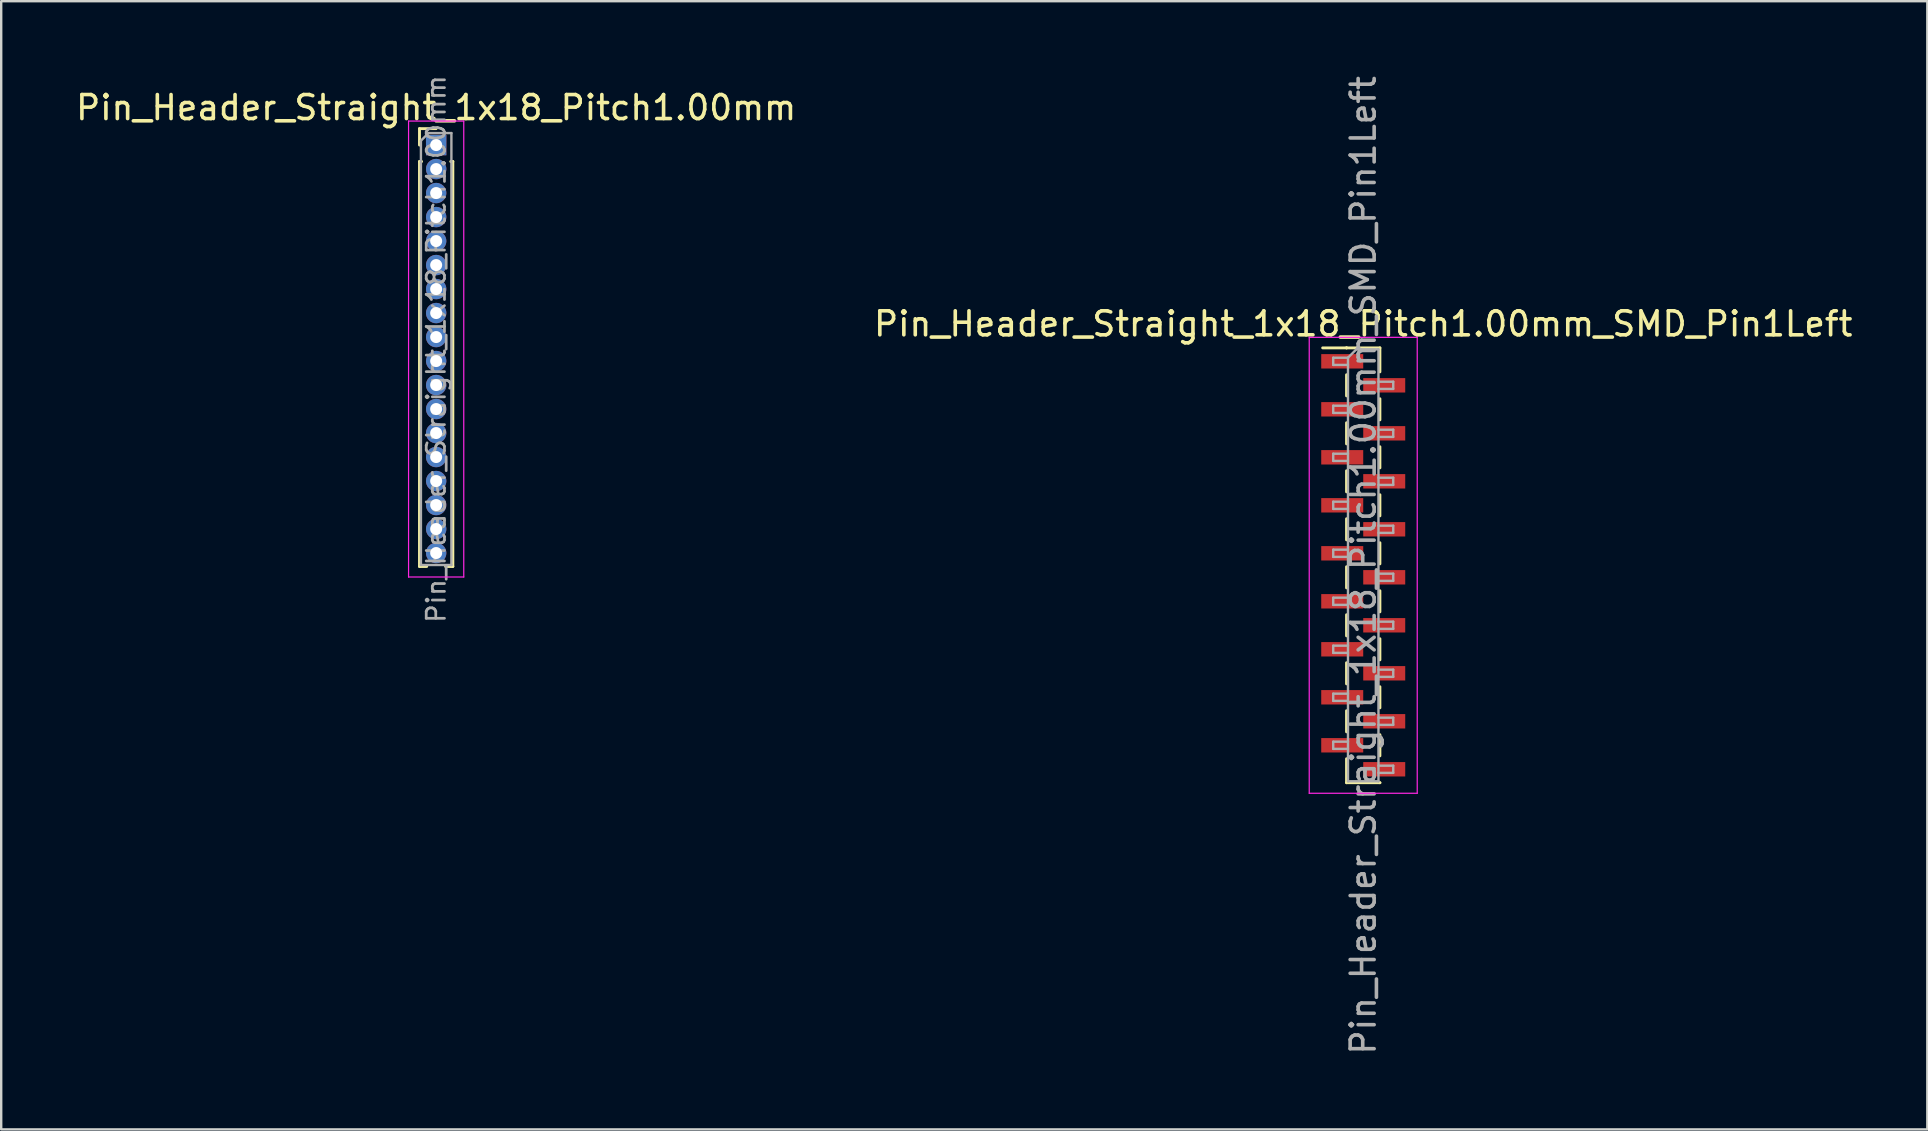
<source format=kicad_pcb>
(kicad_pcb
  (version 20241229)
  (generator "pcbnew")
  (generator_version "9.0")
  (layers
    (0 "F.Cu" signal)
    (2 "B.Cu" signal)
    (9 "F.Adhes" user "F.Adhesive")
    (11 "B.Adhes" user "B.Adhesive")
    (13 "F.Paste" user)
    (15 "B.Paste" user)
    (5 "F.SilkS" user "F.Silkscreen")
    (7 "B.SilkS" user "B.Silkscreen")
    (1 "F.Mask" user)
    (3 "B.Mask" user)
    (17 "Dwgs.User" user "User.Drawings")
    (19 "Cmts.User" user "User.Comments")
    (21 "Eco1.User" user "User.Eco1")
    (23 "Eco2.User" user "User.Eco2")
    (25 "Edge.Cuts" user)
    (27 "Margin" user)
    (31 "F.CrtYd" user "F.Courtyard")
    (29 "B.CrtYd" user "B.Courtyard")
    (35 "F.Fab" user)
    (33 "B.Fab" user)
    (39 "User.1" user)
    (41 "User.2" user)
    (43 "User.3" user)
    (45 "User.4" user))
  (footprint "Pin_Header_Straight_1x18_Pitch1.00mm"
    (layer "F.Cu")
    (at 15.125 2.995)
    (property "Reference" "Pin_Header_Straight_1x18_Pitch1.00mm" (at 0 -1.56 0) (layer "F.SilkS") (effects (font (size 1 1) (thickness 0.15))))
    (attr through_hole)
    (fp_line (start -0.695 -0.685) (end 0 -0.685) (stroke (width 0.12) (type solid)) (layer "F.SilkS"))
    (fp_line (start -0.695 0) (end -0.695 -0.685) (stroke (width 0.12) (type solid)) (layer "F.SilkS"))
    (fp_line (start -0.695 0.685) (end -0.695 17.56) (stroke (width 0.12) (type solid)) (layer "F.SilkS"))
    (fp_line (start -0.695 0.685) (end -0.608 0.685) (stroke (width 0.12) (type solid)) (layer "F.SilkS"))
    (fp_line (start -0.695 17.56) (end -0.394 17.56) (stroke (width 0.12) (type solid)) (layer "F.SilkS"))
    (fp_line (start 0.394 17.56) (end 0.695 17.56) (stroke (width 0.12) (type solid)) (layer "F.SilkS"))
    (fp_line (start 0.608 0.685) (end 0.695 0.685) (stroke (width 0.12) (type solid)) (layer "F.SilkS"))
    (fp_line (start 0.695 0.685) (end 0.695 17.56) (stroke (width 0.12) (type solid)) (layer "F.SilkS"))
    (fp_line (start -1.15 -1) (end -1.15 18) (stroke (width 0.05) (type solid)) (layer "F.CrtYd"))
    (fp_line (start -1.15 18) (end 1.15 18) (stroke (width 0.05) (type solid)) (layer "F.CrtYd"))
    (fp_line (start 1.15 -1) (end -1.15 -1) (stroke (width 0.05) (type solid)) (layer "F.CrtYd"))
    (fp_line (start 1.15 18) (end 1.15 -1) (stroke (width 0.05) (type solid)) (layer "F.CrtYd"))
    (fp_line (start -0.635 -0.182) (end -0.318 -0.5) (stroke (width 0.1) (type solid)) (layer "F.Fab"))
    (fp_line (start -0.635 17.5) (end -0.635 -0.182) (stroke (width 0.1) (type solid)) (layer "F.Fab"))
    (fp_line (start -0.318 -0.5) (end 0.635 -0.5) (stroke (width 0.1) (type solid)) (layer "F.Fab"))
    (fp_line (start 0.635 -0.5) (end 0.635 17.5) (stroke (width 0.1) (type solid)) (layer "F.Fab"))
    (fp_line (start 0.635 17.5) (end -0.635 17.5) (stroke (width 0.1) (type solid)) (layer "F.Fab"))
    (fp_text user "${REFERENCE}" (at 0 8.5 90) (layer "F.Fab") (effects (font (size 0.76 0.76) (thickness 0.114))))
    (pad "1" thru_hole rect (at 0 0) (size 0.85 0.85) (drill 0.5) (layers "*.Cu" "*.Mask"))
    (pad "2" thru_hole oval (at 0 1) (size 0.85 0.85) (drill 0.5) (layers "*.Cu" "*.Mask"))
    (pad "3" thru_hole oval (at 0 2) (size 0.85 0.85) (drill 0.5) (layers "*.Cu" "*.Mask"))
    (pad "4" thru_hole oval (at 0 3) (size 0.85 0.85) (drill 0.5) (layers "*.Cu" "*.Mask"))
    (pad "5" thru_hole oval (at 0 4) (size 0.85 0.85) (drill 0.5) (layers "*.Cu" "*.Mask"))
    (pad "6" thru_hole oval (at 0 5) (size 0.85 0.85) (drill 0.5) (layers "*.Cu" "*.Mask"))
    (pad "7" thru_hole oval (at 0 6) (size 0.85 0.85) (drill 0.5) (layers "*.Cu" "*.Mask"))
    (pad "8" thru_hole oval (at 0 7) (size 0.85 0.85) (drill 0.5) (layers "*.Cu" "*.Mask"))
    (pad "9" thru_hole oval (at 0 8) (size 0.85 0.85) (drill 0.5) (layers "*.Cu" "*.Mask"))
    (pad "10" thru_hole oval (at 0 9) (size 0.85 0.85) (drill 0.5) (layers "*.Cu" "*.Mask"))
    (pad "11" thru_hole oval (at 0 10) (size 0.85 0.85) (drill 0.5) (layers "*.Cu" "*.Mask"))
    (pad "12" thru_hole oval (at 0 11) (size 0.85 0.85) (drill 0.5) (layers "*.Cu" "*.Mask"))
    (pad "13" thru_hole oval (at 0 12) (size 0.85 0.85) (drill 0.5) (layers "*.Cu" "*.Mask"))
    (pad "14" thru_hole oval (at 0 13) (size 0.85 0.85) (drill 0.5) (layers "*.Cu" "*.Mask"))
    (pad "15" thru_hole oval (at 0 14) (size 0.85 0.85) (drill 0.5) (layers "*.Cu" "*.Mask"))
    (pad "16" thru_hole oval (at 0 15) (size 0.85 0.85) (drill 0.5) (layers "*.Cu" "*.Mask"))
    (pad "17" thru_hole oval (at 0 16) (size 0.85 0.85) (drill 0.5) (layers "*.Cu" "*.Mask"))
    (pad "18" thru_hole oval (at 0 17) (size 0.85 0.85) (drill 0.5) (layers "*.Cu" "*.Mask")))
  (footprint "Pin_Header_Straight_1x18_Pitch1.00mm_SMD_Pin1Left"
    (layer "F.Cu")
    (at 53.756 20.506)
    (property "Reference" "Pin_Header_Straight_1x18_Pitch1.00mm_SMD_Pin1Left" (at 0 -10.06 0) (layer "F.SilkS") (effects (font (size 1 1) (thickness 0.15))))
    (attr smd)
    (fp_line (start -0.695 -9.06) (end -1.69 -9.06) (stroke (width 0.12) (type solid)) (layer "F.SilkS"))
    (fp_line (start -0.695 -9.06) (end -0.695 -9.06) (stroke (width 0.12) (type solid)) (layer "F.SilkS"))
    (fp_line (start -0.695 -9.06) (end 0.695 -9.06) (stroke (width 0.12) (type solid)) (layer "F.SilkS"))
    (fp_line (start -0.695 -7.94) (end -0.695 -7.06) (stroke (width 0.12) (type solid)) (layer "F.SilkS"))
    (fp_line (start -0.695 -5.94) (end -0.695 -5.06) (stroke (width 0.12) (type solid)) (layer "F.SilkS"))
    (fp_line (start -0.695 -3.94) (end -0.695 -3.06) (stroke (width 0.12) (type solid)) (layer "F.SilkS"))
    (fp_line (start -0.695 -1.94) (end -0.695 -1.06) (stroke (width 0.12) (type solid)) (layer "F.SilkS"))
    (fp_line (start -0.695 0.06) (end -0.695 0.94) (stroke (width 0.12) (type solid)) (layer "F.SilkS"))
    (fp_line (start -0.695 2.06) (end -0.695 2.94) (stroke (width 0.12) (type solid)) (layer "F.SilkS"))
    (fp_line (start -0.695 4.06) (end -0.695 4.94) (stroke (width 0.12) (type solid)) (layer "F.SilkS"))
    (fp_line (start -0.695 6.06) (end -0.695 6.94) (stroke (width 0.12) (type solid)) (layer "F.SilkS"))
    (fp_line (start -0.695 8.06) (end -0.695 9.06) (stroke (width 0.12) (type solid)) (layer "F.SilkS"))
    (fp_line (start -0.695 9.06) (end 0.695 9.06) (stroke (width 0.12) (type solid)) (layer "F.SilkS"))
    (fp_line (start 0.695 -9.06) (end 0.695 -8.06) (stroke (width 0.12) (type solid)) (layer "F.SilkS"))
    (fp_line (start 0.695 -6.94) (end 0.695 -6.06) (stroke (width 0.12) (type solid)) (layer "F.SilkS"))
    (fp_line (start 0.695 -4.94) (end 0.695 -4.06) (stroke (width 0.12) (type solid)) (layer "F.SilkS"))
    (fp_line (start 0.695 -2.94) (end 0.695 -2.06) (stroke (width 0.12) (type solid)) (layer "F.SilkS"))
    (fp_line (start 0.695 -0.94) (end 0.695 -0.06) (stroke (width 0.12) (type solid)) (layer "F.SilkS"))
    (fp_line (start 0.695 1.06) (end 0.695 1.94) (stroke (width 0.12) (type solid)) (layer "F.SilkS"))
    (fp_line (start 0.695 3.06) (end 0.695 3.94) (stroke (width 0.12) (type solid)) (layer "F.SilkS"))
    (fp_line (start 0.695 5.06) (end 0.695 5.94) (stroke (width 0.12) (type solid)) (layer "F.SilkS"))
    (fp_line (start 0.695 7.06) (end 0.695 7.94) (stroke (width 0.12) (type solid)) (layer "F.SilkS"))
    (fp_line (start 0.695 9.06) (end 0.695 9.06) (stroke (width 0.12) (type solid)) (layer "F.SilkS"))
    (fp_line (start -2.25 -9.5) (end -2.25 9.5) (stroke (width 0.05) (type solid)) (layer "F.CrtYd"))
    (fp_line (start -2.25 9.5) (end 2.25 9.5) (stroke (width 0.05) (type solid)) (layer "F.CrtYd"))
    (fp_line (start 2.25 -9.5) (end -2.25 -9.5) (stroke (width 0.05) (type solid)) (layer "F.CrtYd"))
    (fp_line (start 2.25 9.5) (end 2.25 -9.5) (stroke (width 0.05) (type solid)) (layer "F.CrtYd"))
    (fp_line (start -1.25 -8.65) (end -1.25 -8.35) (stroke (width 0.1) (type solid)) (layer "F.Fab"))
    (fp_line (start -1.25 -8.35) (end -0.635 -8.35) (stroke (width 0.1) (type solid)) (layer "F.Fab"))
    (fp_line (start -1.25 -6.65) (end -1.25 -6.35) (stroke (width 0.1) (type solid)) (layer "F.Fab"))
    (fp_line (start -1.25 -6.35) (end -0.635 -6.35) (stroke (width 0.1) (type solid)) (layer "F.Fab"))
    (fp_line (start -1.25 -4.65) (end -1.25 -4.35) (stroke (width 0.1) (type solid)) (layer "F.Fab"))
    (fp_line (start -1.25 -4.35) (end -0.635 -4.35) (stroke (width 0.1) (type solid)) (layer "F.Fab"))
    (fp_line (start -1.25 -2.65) (end -1.25 -2.35) (stroke (width 0.1) (type solid)) (layer "F.Fab"))
    (fp_line (start -1.25 -2.35) (end -0.635 -2.35) (stroke (width 0.1) (type solid)) (layer "F.Fab"))
    (fp_line (start -1.25 -0.65) (end -1.25 -0.35) (stroke (width 0.1) (type solid)) (layer "F.Fab"))
    (fp_line (start -1.25 -0.35) (end -0.635 -0.35) (stroke (width 0.1) (type solid)) (layer "F.Fab"))
    (fp_line (start -1.25 1.35) (end -1.25 1.65) (stroke (width 0.1) (type solid)) (layer "F.Fab"))
    (fp_line (start -1.25 1.65) (end -0.635 1.65) (stroke (width 0.1) (type solid)) (layer "F.Fab"))
    (fp_line (start -1.25 3.35) (end -1.25 3.65) (stroke (width 0.1) (type solid)) (layer "F.Fab"))
    (fp_line (start -1.25 3.65) (end -0.635 3.65) (stroke (width 0.1) (type solid)) (layer "F.Fab"))
    (fp_line (start -1.25 5.35) (end -1.25 5.65) (stroke (width 0.1) (type solid)) (layer "F.Fab"))
    (fp_line (start -1.25 5.65) (end -0.635 5.65) (stroke (width 0.1) (type solid)) (layer "F.Fab"))
    (fp_line (start -1.25 7.35) (end -1.25 7.65) (stroke (width 0.1) (type solid)) (layer "F.Fab"))
    (fp_line (start -1.25 7.65) (end -0.635 7.65) (stroke (width 0.1) (type solid)) (layer "F.Fab"))
    (fp_line (start -0.635 -8.65) (end -1.25 -8.65) (stroke (width 0.1) (type solid)) (layer "F.Fab"))
    (fp_line (start -0.635 -8.65) (end -0.285 -9) (stroke (width 0.1) (type solid)) (layer "F.Fab"))
    (fp_line (start -0.635 -6.65) (end -1.25 -6.65) (stroke (width 0.1) (type solid)) (layer "F.Fab"))
    (fp_line (start -0.635 -4.65) (end -1.25 -4.65) (stroke (width 0.1) (type solid)) (layer "F.Fab"))
    (fp_line (start -0.635 -2.65) (end -1.25 -2.65) (stroke (width 0.1) (type solid)) (layer "F.Fab"))
    (fp_line (start -0.635 -0.65) (end -1.25 -0.65) (stroke (width 0.1) (type solid)) (layer "F.Fab"))
    (fp_line (start -0.635 1.35) (end -1.25 1.35) (stroke (width 0.1) (type solid)) (layer "F.Fab"))
    (fp_line (start -0.635 3.35) (end -1.25 3.35) (stroke (width 0.1) (type solid)) (layer "F.Fab"))
    (fp_line (start -0.635 5.35) (end -1.25 5.35) (stroke (width 0.1) (type solid)) (layer "F.Fab"))
    (fp_line (start -0.635 7.35) (end -1.25 7.35) (stroke (width 0.1) (type solid)) (layer "F.Fab"))
    (fp_line (start -0.635 9) (end -0.635 -8.65) (stroke (width 0.1) (type solid)) (layer "F.Fab"))
    (fp_line (start -0.285 -9) (end 0.635 -9) (stroke (width 0.1) (type solid)) (layer "F.Fab"))
    (fp_line (start 0.635 -9) (end 0.635 9) (stroke (width 0.1) (type solid)) (layer "F.Fab"))
    (fp_line (start 0.635 -7.65) (end 1.25 -7.65) (stroke (width 0.1) (type solid)) (layer "F.Fab"))
    (fp_line (start 0.635 -5.65) (end 1.25 -5.65) (stroke (width 0.1) (type solid)) (layer "F.Fab"))
    (fp_line (start 0.635 -3.65) (end 1.25 -3.65) (stroke (width 0.1) (type solid)) (layer "F.Fab"))
    (fp_line (start 0.635 -1.65) (end 1.25 -1.65) (stroke (width 0.1) (type solid)) (layer "F.Fab"))
    (fp_line (start 0.635 0.35) (end 1.25 0.35) (stroke (width 0.1) (type solid)) (layer "F.Fab"))
    (fp_line (start 0.635 2.35) (end 1.25 2.35) (stroke (width 0.1) (type solid)) (layer "F.Fab"))
    (fp_line (start 0.635 4.35) (end 1.25 4.35) (stroke (width 0.1) (type solid)) (layer "F.Fab"))
    (fp_line (start 0.635 6.35) (end 1.25 6.35) (stroke (width 0.1) (type solid)) (layer "F.Fab"))
    (fp_line (start 0.635 8.35) (end 1.25 8.35) (stroke (width 0.1) (type solid)) (layer "F.Fab"))
    (fp_line (start 0.635 9) (end -0.635 9) (stroke (width 0.1) (type solid)) (layer "F.Fab"))
    (fp_line (start 1.25 -7.65) (end 1.25 -7.35) (stroke (width 0.1) (type solid)) (layer "F.Fab"))
    (fp_line (start 1.25 -7.35) (end 0.635 -7.35) (stroke (width 0.1) (type solid)) (layer "F.Fab"))
    (fp_line (start 1.25 -5.65) (end 1.25 -5.35) (stroke (width 0.1) (type solid)) (layer "F.Fab"))
    (fp_line (start 1.25 -5.35) (end 0.635 -5.35) (stroke (width 0.1) (type solid)) (layer "F.Fab"))
    (fp_line (start 1.25 -3.65) (end 1.25 -3.35) (stroke (width 0.1) (type solid)) (layer "F.Fab"))
    (fp_line (start 1.25 -3.35) (end 0.635 -3.35) (stroke (width 0.1) (type solid)) (layer "F.Fab"))
    (fp_line (start 1.25 -1.65) (end 1.25 -1.35) (stroke (width 0.1) (type solid)) (layer "F.Fab"))
    (fp_line (start 1.25 -1.35) (end 0.635 -1.35) (stroke (width 0.1) (type solid)) (layer "F.Fab"))
    (fp_line (start 1.25 0.35) (end 1.25 0.65) (stroke (width 0.1) (type solid)) (layer "F.Fab"))
    (fp_line (start 1.25 0.65) (end 0.635 0.65) (stroke (width 0.1) (type solid)) (layer "F.Fab"))
    (fp_line (start 1.25 2.35) (end 1.25 2.65) (stroke (width 0.1) (type solid)) (layer "F.Fab"))
    (fp_line (start 1.25 2.65) (end 0.635 2.65) (stroke (width 0.1) (type solid)) (layer "F.Fab"))
    (fp_line (start 1.25 4.35) (end 1.25 4.65) (stroke (width 0.1) (type solid)) (layer "F.Fab"))
    (fp_line (start 1.25 4.65) (end 0.635 4.65) (stroke (width 0.1) (type solid)) (layer "F.Fab"))
    (fp_line (start 1.25 6.35) (end 1.25 6.65) (stroke (width 0.1) (type solid)) (layer "F.Fab"))
    (fp_line (start 1.25 6.65) (end 0.635 6.65) (stroke (width 0.1) (type solid)) (layer "F.Fab"))
    (fp_line (start 1.25 8.35) (end 1.25 8.65) (stroke (width 0.1) (type solid)) (layer "F.Fab"))
    (fp_line (start 1.25 8.65) (end 0.635 8.65) (stroke (width 0.1) (type solid)) (layer "F.Fab"))
    (fp_text user "${REFERENCE}" (at 0 0 90) (layer "F.Fab") (effects (font (size 1 1) (thickness 0.15))))
    (pad "1" smd rect (at -0.875 -8.5) (size 1.75 0.6) (layers "F.Cu" "F.Mask" "F.Paste"))
    (pad "2" smd rect (at 0.875 -7.5) (size 1.75 0.6) (layers "F.Cu" "F.Mask" "F.Paste"))
    (pad "3" smd rect (at -0.875 -6.5) (size 1.75 0.6) (layers "F.Cu" "F.Mask" "F.Paste"))
    (pad "4" smd rect (at 0.875 -5.5) (size 1.75 0.6) (layers "F.Cu" "F.Mask" "F.Paste"))
    (pad "5" smd rect (at -0.875 -4.5) (size 1.75 0.6) (layers "F.Cu" "F.Mask" "F.Paste"))
    (pad "6" smd rect (at 0.875 -3.5) (size 1.75 0.6) (layers "F.Cu" "F.Mask" "F.Paste"))
    (pad "7" smd rect (at -0.875 -2.5) (size 1.75 0.6) (layers "F.Cu" "F.Mask" "F.Paste"))
    (pad "8" smd rect (at 0.875 -1.5) (size 1.75 0.6) (layers "F.Cu" "F.Mask" "F.Paste"))
    (pad "9" smd rect (at -0.875 -0.5) (size 1.75 0.6) (layers "F.Cu" "F.Mask" "F.Paste"))
    (pad "10" smd rect (at 0.875 0.5) (size 1.75 0.6) (layers "F.Cu" "F.Mask" "F.Paste"))
    (pad "11" smd rect (at -0.875 1.5) (size 1.75 0.6) (layers "F.Cu" "F.Mask" "F.Paste"))
    (pad "12" smd rect (at 0.875 2.5) (size 1.75 0.6) (layers "F.Cu" "F.Mask" "F.Paste"))
    (pad "13" smd rect (at -0.875 3.5) (size 1.75 0.6) (layers "F.Cu" "F.Mask" "F.Paste"))
    (pad "14" smd rect (at 0.875 4.5) (size 1.75 0.6) (layers "F.Cu" "F.Mask" "F.Paste"))
    (pad "15" smd rect (at -0.875 5.5) (size 1.75 0.6) (layers "F.Cu" "F.Mask" "F.Paste"))
    (pad "16" smd rect (at 0.875 6.5) (size 1.75 0.6) (layers "F.Cu" "F.Mask" "F.Paste"))
    (pad "17" smd rect (at -0.875 7.5) (size 1.75 0.6) (layers "F.Cu" "F.Mask" "F.Paste"))
    (pad "18" smd rect (at 0.875 8.5) (size 1.75 0.6) (layers "F.Cu" "F.Mask" "F.Paste")))
  (gr_rect
    (start -3 -3)
    (end 77.262 44.012)
    (stroke (width 0.1) (type default))
    (fill no)
    (layer "Edge.Cuts")))
</source>
